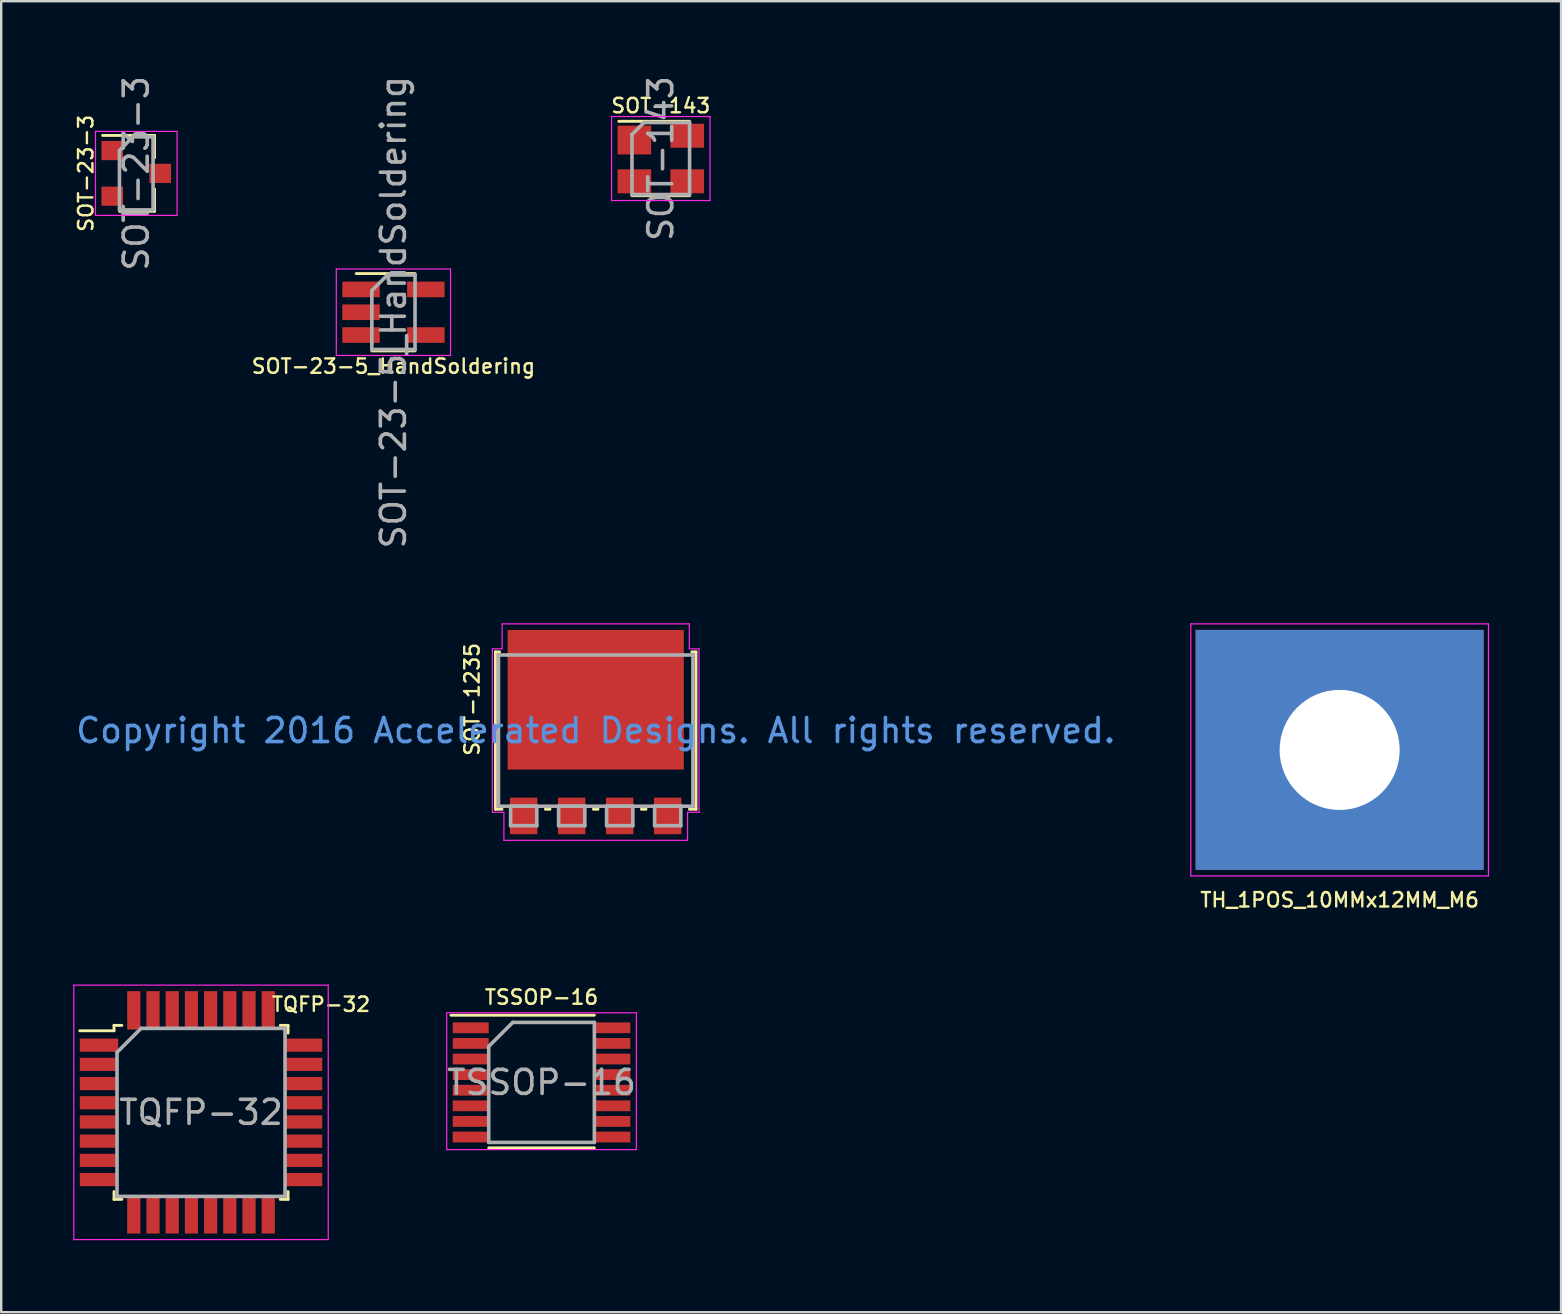
<source format=kicad_pcb>
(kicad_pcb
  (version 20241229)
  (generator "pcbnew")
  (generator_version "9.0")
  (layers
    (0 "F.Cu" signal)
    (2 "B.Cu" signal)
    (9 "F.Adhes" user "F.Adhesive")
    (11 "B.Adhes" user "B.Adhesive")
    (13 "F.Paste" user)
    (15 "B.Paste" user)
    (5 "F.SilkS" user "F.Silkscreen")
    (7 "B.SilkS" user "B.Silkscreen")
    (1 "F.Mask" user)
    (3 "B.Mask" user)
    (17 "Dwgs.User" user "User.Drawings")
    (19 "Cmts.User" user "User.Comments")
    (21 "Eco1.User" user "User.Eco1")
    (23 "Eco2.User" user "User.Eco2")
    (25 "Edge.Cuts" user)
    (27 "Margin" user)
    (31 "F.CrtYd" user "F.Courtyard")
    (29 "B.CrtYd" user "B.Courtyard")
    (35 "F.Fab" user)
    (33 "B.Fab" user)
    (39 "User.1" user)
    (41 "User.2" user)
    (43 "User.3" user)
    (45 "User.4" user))
  (footprint "TH_1POS_10MMx12MM_M6"
    (layer "F.Cu")
    (at 52.761 28.192)
    (property "Reference" "TH_1POS_10MMx12MM_M6" (at 0 6.25 0) (layer "F.SilkS") (effects (font (size 0.6 0.6) (thickness 0.1))))
    (attr through_hole)
    (fp_line (start -6.2 -5.25) (end 6.2 -5.25) (stroke (width 0.05) (type solid)) (layer "F.CrtYd"))
    (fp_line (start -6.2 5.25) (end -6.2 -5.25) (stroke (width 0.05) (type solid)) (layer "F.CrtYd"))
    (fp_line (start 6.2 -5.25) (end 6.2 5.25) (stroke (width 0.05) (type solid)) (layer "F.CrtYd"))
    (fp_line (start 6.2 5.25) (end -6.2 5.25) (stroke (width 0.05) (type solid)) (layer "F.CrtYd"))
    (pad "1" thru_hole rect (at 0 0) (size 12 10) (drill 5) (layers "*.Cu" "F.Mask")))
  (footprint "SOT-1235"
    (layer "F.Cu")
    (at 21.768 27.387)
    (property "Reference" "SOT-1235" (at -5.15 -1.3 90) (layer "F.SilkS") (effects (font (size 0.6 0.6) (thickness 0.1))))
    (attr through_hole)
    (fp_line (start -4.178 -3.277) (end -4.178 3.277) (stroke (width 0.12) (type solid)) (layer "F.SilkS"))
    (fp_line (start -4.178 3.277) (end -3.904 3.277) (stroke (width 0.12) (type solid)) (layer "F.SilkS"))
    (fp_line (start -4.003 -3.277) (end -4.178 -3.277) (stroke (width 0.12) (type solid)) (layer "F.SilkS"))
    (fp_line (start -2.096 3.277) (end -1.904 3.277) (stroke (width 0.12) (type solid)) (layer "F.SilkS"))
    (fp_line (start -0.096 3.277) (end 0.096 3.277) (stroke (width 0.12) (type solid)) (layer "F.SilkS"))
    (fp_line (start 1.904 3.277) (end 2.096 3.277) (stroke (width 0.12) (type solid)) (layer "F.SilkS"))
    (fp_line (start 3.904 3.277) (end 4.178 3.277) (stroke (width 0.12) (type solid)) (layer "F.SilkS"))
    (fp_line (start 4.178 -3.277) (end 4.003 -3.277) (stroke (width 0.12) (type solid)) (layer "F.SilkS"))
    (fp_line (start 4.178 3.277) (end 4.178 -3.277) (stroke (width 0.12) (type solid)) (layer "F.SilkS"))
    (fp_line (start -4.305 -3.404) (end -3.899 -3.404) (stroke (width 0.05) (type solid)) (layer "F.CrtYd"))
    (fp_line (start -4.305 3.404) (end -4.305 -3.404) (stroke (width 0.05) (type solid)) (layer "F.CrtYd"))
    (fp_line (start -3.899 -4.445) (end 3.899 -4.445) (stroke (width 0.05) (type solid)) (layer "F.CrtYd"))
    (fp_line (start -3.899 -3.404) (end -3.899 -4.445) (stroke (width 0.05) (type solid)) (layer "F.CrtYd"))
    (fp_line (start -3.825 3.404) (end -4.305 3.404) (stroke (width 0.05) (type solid)) (layer "F.CrtYd"))
    (fp_line (start -3.825 4.572) (end -3.825 3.404) (stroke (width 0.05) (type solid)) (layer "F.CrtYd"))
    (fp_line (start 3.825 3.404) (end 3.825 4.572) (stroke (width 0.05) (type solid)) (layer "F.CrtYd"))
    (fp_line (start 3.825 4.572) (end -3.825 4.572) (stroke (width 0.05) (type solid)) (layer "F.CrtYd"))
    (fp_line (start 3.899 -4.445) (end 3.899 -3.404) (stroke (width 0.05) (type solid)) (layer "F.CrtYd"))
    (fp_line (start 3.899 -3.404) (end 4.305 -3.404) (stroke (width 0.05) (type solid)) (layer "F.CrtYd"))
    (fp_line (start 4.305 -3.404) (end 4.305 3.404) (stroke (width 0.05) (type solid)) (layer "F.CrtYd"))
    (fp_line (start 4.305 3.404) (end 3.825 3.404) (stroke (width 0.05) (type solid)) (layer "F.CrtYd"))
    (fp_line (start -4.051 -3.15) (end -4.051 3.15) (stroke (width 0.15) (type solid)) (layer "F.Fab"))
    (fp_line (start -4.051 3.15) (end 4.051 3.15) (stroke (width 0.15) (type solid)) (layer "F.Fab"))
    (fp_line (start -3.546 3.15) (end -3.546 3.962) (stroke (width 0.15) (type solid)) (layer "F.Fab"))
    (fp_line (start -3.546 3.962) (end -2.454 3.962) (stroke (width 0.15) (type solid)) (layer "F.Fab"))
    (fp_line (start -2.454 3.15) (end -3.546 3.15) (stroke (width 0.15) (type solid)) (layer "F.Fab"))
    (fp_line (start -2.454 3.962) (end -2.454 3.15) (stroke (width 0.15) (type solid)) (layer "F.Fab"))
    (fp_line (start -1.546 3.15) (end -1.546 3.962) (stroke (width 0.15) (type solid)) (layer "F.Fab"))
    (fp_line (start -1.546 3.962) (end -0.454 3.962) (stroke (width 0.15) (type solid)) (layer "F.Fab"))
    (fp_line (start -0.454 3.15) (end -1.546 3.15) (stroke (width 0.15) (type solid)) (layer "F.Fab"))
    (fp_line (start -0.454 3.962) (end -0.454 3.15) (stroke (width 0.15) (type solid)) (layer "F.Fab"))
    (fp_line (start 0.454 3.15) (end 0.454 3.962) (stroke (width 0.15) (type solid)) (layer "F.Fab"))
    (fp_line (start 0.454 3.962) (end 1.546 3.962) (stroke (width 0.15) (type solid)) (layer "F.Fab"))
    (fp_line (start 1.546 3.15) (end 0.454 3.15) (stroke (width 0.15) (type solid)) (layer "F.Fab"))
    (fp_line (start 1.546 3.962) (end 1.546 3.15) (stroke (width 0.15) (type solid)) (layer "F.Fab"))
    (fp_line (start 2.454 3.15) (end 2.454 3.962) (stroke (width 0.15) (type solid)) (layer "F.Fab"))
    (fp_line (start 2.454 3.962) (end 3.546 3.962) (stroke (width 0.15) (type solid)) (layer "F.Fab"))
    (fp_line (start 3.546 3.15) (end 2.454 3.15) (stroke (width 0.15) (type solid)) (layer "F.Fab"))
    (fp_line (start 3.546 3.962) (end 3.546 3.15) (stroke (width 0.15) (type solid)) (layer "F.Fab"))
    (fp_line (start 4.051 -3.15) (end -4.051 -3.15) (stroke (width 0.15) (type solid)) (layer "F.Fab"))
    (fp_line (start 4.051 3.15) (end 4.051 -3.15) (stroke (width 0.15) (type solid)) (layer "F.Fab"))
    (fp_text user "Copyright 2016 Accelerated Designs. All rights reserved." (at 0 0 0) (layer "Cmts.User") (effects (font (size 1 1) (thickness 0.15))))
    (pad "1" smd rect (at -3 3.556) (size 1.143 1.524) (layers "F.Cu" "F.Mask" "F.Paste"))
    (pad "2" smd rect (at -1 3.556) (size 1.143 1.524) (layers "F.Cu" "F.Mask" "F.Paste"))
    (pad "3" smd rect (at 1 3.556) (size 1.143 1.524) (layers "F.Cu" "F.Mask" "F.Paste"))
    (pad "4" smd rect (at 3 3.556) (size 1.143 1.524) (layers "F.Cu" "F.Mask" "F.Paste"))
    (pad "5" smd rect (at 0 -1.283) (size 7.341 5.817) (layers "F.Cu" "F.Mask" "F.Paste")))
  (footprint "SOT-143"
    (layer "F.Cu")
    (at 24.479 3.554)
    (property "Reference" "SOT-143" (at 0 -2.2 0) (layer "F.SilkS") (effects (font (size 0.6 0.6) (thickness 0.1))))
    (attr smd)
    (fp_line (start -1.2 1.55) (end 1.2 1.55) (stroke (width 0.12) (type solid)) (layer "F.SilkS"))
    (fp_line (start 1.2 -1.55) (end -1.75 -1.55) (stroke (width 0.12) (type solid)) (layer "F.SilkS"))
    (fp_line (start -2.05 1.75) (end -2.05 -1.75) (stroke (width 0.05) (type solid)) (layer "F.CrtYd"))
    (fp_line (start -2.05 1.75) (end 2.05 1.75) (stroke (width 0.05) (type solid)) (layer "F.CrtYd"))
    (fp_line (start 2.05 -1.75) (end -2.05 -1.75) (stroke (width 0.05) (type solid)) (layer "F.CrtYd"))
    (fp_line (start 2.05 -1.75) (end 2.05 1.75) (stroke (width 0.05) (type solid)) (layer "F.CrtYd"))
    (fp_line (start -1.2 -1) (end -0.7 -1.5) (stroke (width 0.15) (type solid)) (layer "F.Fab"))
    (fp_line (start -1.2 1.5) (end -1.2 -1) (stroke (width 0.15) (type solid)) (layer "F.Fab"))
    (fp_line (start -0.7 -1.5) (end 1.2 -1.5) (stroke (width 0.15) (type solid)) (layer "F.Fab"))
    (fp_line (start 1.2 -1.5) (end 1.2 1.5) (stroke (width 0.15) (type solid)) (layer "F.Fab"))
    (fp_line (start 1.2 1.5) (end -1.2 1.5) (stroke (width 0.15) (type solid)) (layer "F.Fab"))
    (fp_text user "${REFERENCE}" (at 0 0 90) (layer "F.Fab") (effects (font (size 1 1) (thickness 0.15))))
    (pad "1" smd rect (at -1.1 -0.77 270) (size 1.2 1.4) (layers "F.Cu" "F.Mask" "F.Paste"))
    (pad "2" smd rect (at -1.1 0.95 270) (size 1 1.4) (layers "F.Cu" "F.Mask" "F.Paste"))
    (pad "3" smd rect (at 1.1 0.95 270) (size 1 1.4) (layers "F.Cu" "F.Mask" "F.Paste"))
    (pad "4" smd rect (at 1.1 -0.95 270) (size 1 1.4) (layers "F.Cu" "F.Mask" "F.Paste")))
  (footprint "TQFP-32"
    (layer "F.Cu")
    (at 5.325 43.293)
    (property "Reference" "TQFP-32" (at 5 -4.5 0) (layer "F.SilkS") (effects (font (size 0.6 0.6) (thickness 0.1))))
    (attr smd)
    (fp_line (start -3.625 -3.625) (end -3.625 -3.4) (stroke (width 0.12) (type solid)) (layer "F.SilkS"))
    (fp_line (start -3.625 -3.625) (end -3.3 -3.625) (stroke (width 0.12) (type solid)) (layer "F.SilkS"))
    (fp_line (start -3.625 -3.4) (end -5.05 -3.4) (stroke (width 0.12) (type solid)) (layer "F.SilkS"))
    (fp_line (start -3.625 3.625) (end -3.625 3.3) (stroke (width 0.12) (type solid)) (layer "F.SilkS"))
    (fp_line (start -3.625 3.625) (end -3.3 3.625) (stroke (width 0.12) (type solid)) (layer "F.SilkS"))
    (fp_line (start 3.625 -3.625) (end 3.3 -3.625) (stroke (width 0.12) (type solid)) (layer "F.SilkS"))
    (fp_line (start 3.625 -3.625) (end 3.625 -3.3) (stroke (width 0.12) (type solid)) (layer "F.SilkS"))
    (fp_line (start 3.625 3.625) (end 3.3 3.625) (stroke (width 0.12) (type solid)) (layer "F.SilkS"))
    (fp_line (start 3.625 3.625) (end 3.625 3.3) (stroke (width 0.12) (type solid)) (layer "F.SilkS"))
    (fp_line (start -5.3 -5.3) (end -5.3 5.3) (stroke (width 0.05) (type solid)) (layer "F.CrtYd"))
    (fp_line (start -5.3 -5.3) (end 5.3 -5.3) (stroke (width 0.05) (type solid)) (layer "F.CrtYd"))
    (fp_line (start -5.3 5.3) (end 5.3 5.3) (stroke (width 0.05) (type solid)) (layer "F.CrtYd"))
    (fp_line (start 5.3 -5.3) (end 5.3 5.3) (stroke (width 0.05) (type solid)) (layer "F.CrtYd"))
    (fp_line (start -3.5 -2.5) (end -2.5 -3.5) (stroke (width 0.15) (type solid)) (layer "F.Fab"))
    (fp_line (start -3.5 3.5) (end -3.5 -2.5) (stroke (width 0.15) (type solid)) (layer "F.Fab"))
    (fp_line (start -2.5 -3.5) (end 3.5 -3.5) (stroke (width 0.15) (type solid)) (layer "F.Fab"))
    (fp_line (start 3.5 -3.5) (end 3.5 3.5) (stroke (width 0.15) (type solid)) (layer "F.Fab"))
    (fp_line (start 3.5 3.5) (end -3.5 3.5) (stroke (width 0.15) (type solid)) (layer "F.Fab"))
    (fp_text user "${REFERENCE}" (at 0 0 0) (layer "F.Fab") (effects (font (size 1 1) (thickness 0.15))))
    (pad "1" smd rect (at -4.25 -2.8) (size 1.6 0.55) (layers "F.Cu" "F.Mask" "F.Paste"))
    (pad "2" smd rect (at -4.25 -2) (size 1.6 0.55) (layers "F.Cu" "F.Mask" "F.Paste"))
    (pad "3" smd rect (at -4.25 -1.2) (size 1.6 0.55) (layers "F.Cu" "F.Mask" "F.Paste"))
    (pad "4" smd rect (at -4.25 -0.4) (size 1.6 0.55) (layers "F.Cu" "F.Mask" "F.Paste"))
    (pad "5" smd rect (at -4.25 0.4) (size 1.6 0.55) (layers "F.Cu" "F.Mask" "F.Paste"))
    (pad "6" smd rect (at -4.25 1.2) (size 1.6 0.55) (layers "F.Cu" "F.Mask" "F.Paste"))
    (pad "7" smd rect (at -4.25 2) (size 1.6 0.55) (layers "F.Cu" "F.Mask" "F.Paste"))
    (pad "8" smd rect (at -4.25 2.8) (size 1.6 0.55) (layers "F.Cu" "F.Mask" "F.Paste"))
    (pad "9" smd rect (at -2.8 4.25 90) (size 1.6 0.55) (layers "F.Cu" "F.Mask" "F.Paste"))
    (pad "10" smd rect (at -2 4.25 90) (size 1.6 0.55) (layers "F.Cu" "F.Mask" "F.Paste"))
    (pad "11" smd rect (at -1.2 4.25 90) (size 1.6 0.55) (layers "F.Cu" "F.Mask" "F.Paste"))
    (pad "12" smd rect (at -0.4 4.25 90) (size 1.6 0.55) (layers "F.Cu" "F.Mask" "F.Paste"))
    (pad "13" smd rect (at 0.4 4.25 90) (size 1.6 0.55) (layers "F.Cu" "F.Mask" "F.Paste"))
    (pad "14" smd rect (at 1.2 4.25 90) (size 1.6 0.55) (layers "F.Cu" "F.Mask" "F.Paste"))
    (pad "15" smd rect (at 2 4.25 90) (size 1.6 0.55) (layers "F.Cu" "F.Mask" "F.Paste"))
    (pad "16" smd rect (at 2.8 4.25 90) (size 1.6 0.55) (layers "F.Cu" "F.Mask" "F.Paste"))
    (pad "17" smd rect (at 4.25 2.8) (size 1.6 0.55) (layers "F.Cu" "F.Mask" "F.Paste"))
    (pad "18" smd rect (at 4.25 2) (size 1.6 0.55) (layers "F.Cu" "F.Mask" "F.Paste"))
    (pad "19" smd rect (at 4.25 1.2) (size 1.6 0.55) (layers "F.Cu" "F.Mask" "F.Paste"))
    (pad "20" smd rect (at 4.25 0.4) (size 1.6 0.55) (layers "F.Cu" "F.Mask" "F.Paste"))
    (pad "21" smd rect (at 4.25 -0.4) (size 1.6 0.55) (layers "F.Cu" "F.Mask" "F.Paste"))
    (pad "22" smd rect (at 4.25 -1.2) (size 1.6 0.55) (layers "F.Cu" "F.Mask" "F.Paste"))
    (pad "23" smd rect (at 4.25 -2) (size 1.6 0.55) (layers "F.Cu" "F.Mask" "F.Paste"))
    (pad "24" smd rect (at 4.25 -2.8) (size 1.6 0.55) (layers "F.Cu" "F.Mask" "F.Paste"))
    (pad "25" smd rect (at 2.8 -4.25 90) (size 1.6 0.55) (layers "F.Cu" "F.Mask" "F.Paste"))
    (pad "26" smd rect (at 2 -4.25 90) (size 1.6 0.55) (layers "F.Cu" "F.Mask" "F.Paste"))
    (pad "27" smd rect (at 1.2 -4.25 90) (size 1.6 0.55) (layers "F.Cu" "F.Mask" "F.Paste"))
    (pad "28" smd rect (at 0.4 -4.25 90) (size 1.6 0.55) (layers "F.Cu" "F.Mask" "F.Paste"))
    (pad "29" smd rect (at -0.4 -4.25 90) (size 1.6 0.55) (layers "F.Cu" "F.Mask" "F.Paste"))
    (pad "30" smd rect (at -1.2 -4.25 90) (size 1.6 0.55) (layers "F.Cu" "F.Mask" "F.Paste"))
    (pad "31" smd rect (at -2 -4.25 90) (size 1.6 0.55) (layers "F.Cu" "F.Mask" "F.Paste"))
    (pad "32" smd rect (at -2.8 -4.25 90) (size 1.6 0.55) (layers "F.Cu" "F.Mask" "F.Paste")))
  (footprint "SOT-23-5_HandSoldering"
    (layer "F.Cu")
    (at 13.341 9.958)
    (property "Reference" "SOT-23-5_HandSoldering" (at 0 2.25 180) (layer "F.SilkS") (effects (font (size 0.6 0.6) (thickness 0.1))))
    (attr smd)
    (fp_line (start -0.9 1.61) (end 0.9 1.61) (stroke (width 0.12) (type solid)) (layer "F.SilkS"))
    (fp_line (start 0.9 -1.61) (end -1.55 -1.61) (stroke (width 0.12) (type solid)) (layer "F.SilkS"))
    (fp_line (start -2.38 -1.8) (end -2.38 1.8) (stroke (width 0.05) (type solid)) (layer "F.CrtYd"))
    (fp_line (start -2.38 -1.8) (end 2.38 -1.8) (stroke (width 0.05) (type solid)) (layer "F.CrtYd"))
    (fp_line (start 2.38 1.8) (end -2.38 1.8) (stroke (width 0.05) (type solid)) (layer "F.CrtYd"))
    (fp_line (start 2.38 1.8) (end 2.38 -1.8) (stroke (width 0.05) (type solid)) (layer "F.CrtYd"))
    (fp_line (start -0.9 -0.9) (end -0.9 1.55) (stroke (width 0.15) (type solid)) (layer "F.Fab"))
    (fp_line (start -0.9 -0.9) (end -0.25 -1.55) (stroke (width 0.15) (type solid)) (layer "F.Fab"))
    (fp_line (start 0.9 -1.55) (end -0.25 -1.55) (stroke (width 0.15) (type solid)) (layer "F.Fab"))
    (fp_line (start 0.9 -1.55) (end 0.9 1.55) (stroke (width 0.15) (type solid)) (layer "F.Fab"))
    (fp_line (start 0.9 1.55) (end -0.9 1.55) (stroke (width 0.15) (type solid)) (layer "F.Fab"))
    (fp_text user "${REFERENCE}" (at 0 0 270) (layer "F.Fab") (effects (font (size 1 1) (thickness 0.15))))
    (pad "1" smd rect (at -1.35 -0.95) (size 1.56 0.65) (layers "F.Cu" "F.Mask" "F.Paste"))
    (pad "2" smd rect (at -1.35 0) (size 1.56 0.65) (layers "F.Cu" "F.Mask" "F.Paste"))
    (pad "3" smd rect (at -1.35 0.95) (size 1.56 0.65) (layers "F.Cu" "F.Mask" "F.Paste"))
    (pad "4" smd rect (at 1.35 0.95) (size 1.56 0.65) (layers "F.Cu" "F.Mask" "F.Paste"))
    (pad "5" smd rect (at 1.35 -0.95) (size 1.56 0.65) (layers "F.Cu" "F.Mask" "F.Paste")))
  (footprint "SOT-23-3"
    (layer "F.Cu")
    (at 2.627 4.173)
    (property "Reference" "SOT-23-3" (at -2.1 0 270) (layer "F.SilkS") (effects (font (size 0.6 0.6) (thickness 0.1))))
    (attr smd)
    (fp_line (start 0.76 -1.58) (end -1.4 -1.58) (stroke (width 0.12) (type solid)) (layer "F.SilkS"))
    (fp_line (start 0.76 -1.58) (end 0.76 -0.65) (stroke (width 0.12) (type solid)) (layer "F.SilkS"))
    (fp_line (start 0.76 1.58) (end -0.7 1.58) (stroke (width 0.12) (type solid)) (layer "F.SilkS"))
    (fp_line (start 0.76 1.58) (end 0.76 0.65) (stroke (width 0.12) (type solid)) (layer "F.SilkS"))
    (fp_line (start -1.7 -1.75) (end 1.7 -1.75) (stroke (width 0.05) (type solid)) (layer "F.CrtYd"))
    (fp_line (start -1.7 1.75) (end -1.7 -1.75) (stroke (width 0.05) (type solid)) (layer "F.CrtYd"))
    (fp_line (start 1.7 -1.75) (end 1.7 1.75) (stroke (width 0.05) (type solid)) (layer "F.CrtYd"))
    (fp_line (start 1.7 1.75) (end -1.7 1.75) (stroke (width 0.05) (type solid)) (layer "F.CrtYd"))
    (fp_line (start -0.7 -0.95) (end -0.7 1.5) (stroke (width 0.15) (type solid)) (layer "F.Fab"))
    (fp_line (start -0.7 -0.95) (end -0.15 -1.52) (stroke (width 0.15) (type solid)) (layer "F.Fab"))
    (fp_line (start -0.7 1.52) (end 0.7 1.52) (stroke (width 0.15) (type solid)) (layer "F.Fab"))
    (fp_line (start -0.15 -1.52) (end 0.7 -1.52) (stroke (width 0.15) (type solid)) (layer "F.Fab"))
    (fp_line (start 0.7 -1.52) (end 0.7 1.52) (stroke (width 0.15) (type solid)) (layer "F.Fab"))
    (fp_text user "${REFERENCE}" (at 0 0 90) (layer "F.Fab") (effects (font (size 1 1) (thickness 0.15))))
    (pad "1" smd rect (at -1 -0.95) (size 0.9 0.8) (layers "F.Cu" "F.Mask" "F.Paste"))
    (pad "2" smd rect (at -1 0.95) (size 0.9 0.8) (layers "F.Cu" "F.Mask" "F.Paste"))
    (pad "3" smd rect (at 1 0) (size 0.9 0.8) (layers "F.Cu" "F.Mask" "F.Paste")))
  (footprint "TSSOP-16"
    (layer "F.Cu")
    (at 19.511 42.045)
    (property "Reference" "TSSOP-16" (at 0 -3.55 0) (layer "F.SilkS") (effects (font (size 0.6 0.6) (thickness 0.1))))
    (attr smd)
    (fp_line (start -3.775 -2.8) (end 2.2 -2.8) (stroke (width 0.12) (type solid)) (layer "F.SilkS"))
    (fp_line (start -2.2 2.725) (end 2.2 2.725) (stroke (width 0.12) (type solid)) (layer "F.SilkS"))
    (fp_line (start -3.95 -2.9) (end -3.95 2.8) (stroke (width 0.05) (type solid)) (layer "F.CrtYd"))
    (fp_line (start -3.95 -2.9) (end 3.95 -2.9) (stroke (width 0.05) (type solid)) (layer "F.CrtYd"))
    (fp_line (start -3.95 2.8) (end 3.95 2.8) (stroke (width 0.05) (type solid)) (layer "F.CrtYd"))
    (fp_line (start 3.95 -2.9) (end 3.95 2.8) (stroke (width 0.05) (type solid)) (layer "F.CrtYd"))
    (fp_line (start -2.2 -1.5) (end -1.2 -2.5) (stroke (width 0.15) (type solid)) (layer "F.Fab"))
    (fp_line (start -2.2 2.5) (end -2.2 -1.5) (stroke (width 0.15) (type solid)) (layer "F.Fab"))
    (fp_line (start -1.2 -2.5) (end 2.2 -2.5) (stroke (width 0.15) (type solid)) (layer "F.Fab"))
    (fp_line (start 2.2 -2.5) (end 2.2 2.5) (stroke (width 0.15) (type solid)) (layer "F.Fab"))
    (fp_line (start 2.2 2.5) (end -2.2 2.5) (stroke (width 0.15) (type solid)) (layer "F.Fab"))
    (fp_text user "${REFERENCE}" (at 0 0 0) (layer "F.Fab") (effects (font (size 1 1) (thickness 0.15))))
    (pad "1" smd rect (at -2.95 -2.275) (size 1.5 0.45) (layers "F.Cu" "F.Mask" "F.Paste"))
    (pad "2" smd rect (at -2.95 -1.625) (size 1.5 0.45) (layers "F.Cu" "F.Mask" "F.Paste"))
    (pad "3" smd rect (at -2.95 -0.975) (size 1.5 0.45) (layers "F.Cu" "F.Mask" "F.Paste"))
    (pad "4" smd rect (at -2.95 -0.325) (size 1.5 0.45) (layers "F.Cu" "F.Mask" "F.Paste"))
    (pad "5" smd rect (at -2.95 0.325) (size 1.5 0.45) (layers "F.Cu" "F.Mask" "F.Paste"))
    (pad "6" smd rect (at -2.95 0.975) (size 1.5 0.45) (layers "F.Cu" "F.Mask" "F.Paste"))
    (pad "7" smd rect (at -2.95 1.625) (size 1.5 0.45) (layers "F.Cu" "F.Mask" "F.Paste"))
    (pad "8" smd rect (at -2.95 2.275) (size 1.5 0.45) (layers "F.Cu" "F.Mask" "F.Paste"))
    (pad "9" smd rect (at 2.95 2.275) (size 1.5 0.45) (layers "F.Cu" "F.Mask" "F.Paste"))
    (pad "10" smd rect (at 2.95 1.625) (size 1.5 0.45) (layers "F.Cu" "F.Mask" "F.Paste"))
    (pad "11" smd rect (at 2.95 0.975) (size 1.5 0.45) (layers "F.Cu" "F.Mask" "F.Paste"))
    (pad "12" smd rect (at 2.95 0.325) (size 1.5 0.45) (layers "F.Cu" "F.Mask" "F.Paste"))
    (pad "13" smd rect (at 2.95 -0.325) (size 1.5 0.45) (layers "F.Cu" "F.Mask" "F.Paste"))
    (pad "14" smd rect (at 2.95 -0.975) (size 1.5 0.45) (layers "F.Cu" "F.Mask" "F.Paste"))
    (pad "15" smd rect (at 2.95 -1.625) (size 1.5 0.45) (layers "F.Cu" "F.Mask" "F.Paste"))
    (pad "16" smd rect (at 2.95 -2.275) (size 1.5 0.45) (layers "F.Cu" "F.Mask" "F.Paste")))
  (gr_rect
    (start -3 -3)
    (end 61.986 51.618)
    (stroke (width 0.1) (type default))
    (fill no)
    (layer "Edge.Cuts")))
</source>
